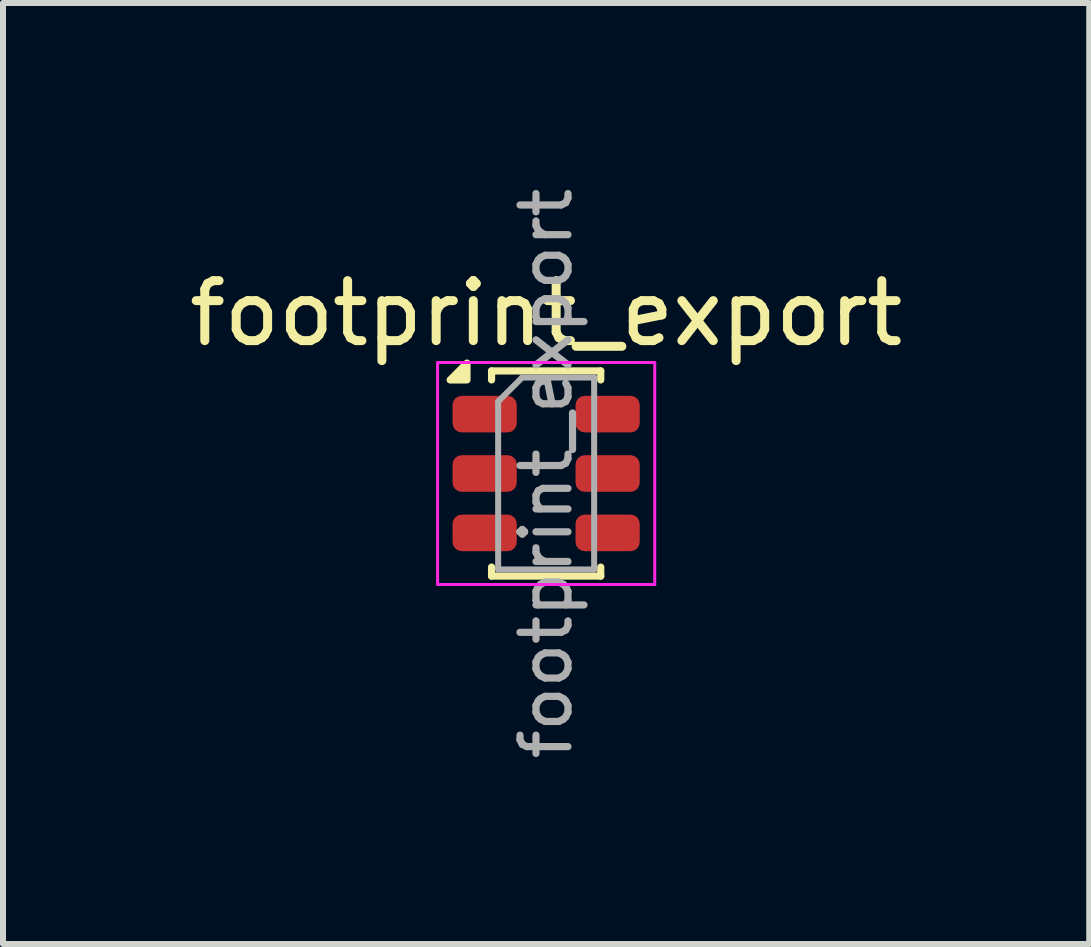
<source format=kicad_pcb>
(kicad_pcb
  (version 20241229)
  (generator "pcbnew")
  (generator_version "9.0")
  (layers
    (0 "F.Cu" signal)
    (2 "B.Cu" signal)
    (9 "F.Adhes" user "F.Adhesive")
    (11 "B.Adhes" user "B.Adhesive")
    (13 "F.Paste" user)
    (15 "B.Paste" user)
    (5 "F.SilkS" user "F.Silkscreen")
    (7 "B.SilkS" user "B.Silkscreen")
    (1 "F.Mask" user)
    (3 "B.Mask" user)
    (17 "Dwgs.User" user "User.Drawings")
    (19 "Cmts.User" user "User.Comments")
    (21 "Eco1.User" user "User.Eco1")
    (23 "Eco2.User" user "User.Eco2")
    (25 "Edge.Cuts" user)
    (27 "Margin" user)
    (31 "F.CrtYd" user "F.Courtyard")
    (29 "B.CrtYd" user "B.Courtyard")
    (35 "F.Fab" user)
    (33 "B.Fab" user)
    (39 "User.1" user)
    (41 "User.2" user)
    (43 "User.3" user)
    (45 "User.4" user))
  (footprint "footprint_export"
    (layer "F.Cu")
    (at 6.054 4.843)
    (property "Reference" "footprint_export" (at 0 -2.67 0) (layer "F.SilkS") (effects (font (size 1 1) (thickness 0.15))))
    (attr smd)
    (fp_line (start -0.91 -1.56) (end -0.91 -1.71) (stroke (width 0.12) (type solid)) (layer "F.SilkS"))
    (fp_line (start -0.91 1.71) (end -0.91 1.56) (stroke (width 0.12) (type solid)) (layer "F.SilkS"))
    (fp_line (start 0.91 -1.71) (end -0.91 -1.71) (stroke (width 0.12) (type solid)) (layer "F.SilkS"))
    (fp_line (start 0.91 -1.56) (end 0.91 -1.71) (stroke (width 0.12) (type solid)) (layer "F.SilkS"))
    (fp_line (start 0.91 1.71) (end -0.91 1.71) (stroke (width 0.12) (type solid)) (layer "F.SilkS"))
    (fp_line (start 0.91 1.71) (end 0.91 1.56) (stroke (width 0.12) (type solid)) (layer "F.SilkS"))
    (fp_poly (pts (xy -1.32 -1.56) (xy -1.6 -1.56) (xy -1.32 -1.84) (xy -1.32 -1.56)) (stroke (width 0.12) (type solid)) (fill yes) (layer "F.SilkS"))
    (fp_line (start -1.81 -1.85) (end 1.81 -1.85) (stroke (width 0.05) (type solid)) (layer "F.CrtYd"))
    (fp_line (start -1.81 1.85) (end -1.81 -1.85) (stroke (width 0.05) (type solid)) (layer "F.CrtYd"))
    (fp_line (start 1.81 -1.85) (end 1.81 1.85) (stroke (width 0.05) (type solid)) (layer "F.CrtYd"))
    (fp_line (start 1.81 1.85) (end -1.81 1.85) (stroke (width 0.05) (type solid)) (layer "F.CrtYd"))
    (fp_line (start -0.8 -1.2) (end -0.8 1.6) (stroke (width 0.1) (type solid)) (layer "F.Fab"))
    (fp_line (start -0.8 -1.2) (end -0.4 -1.6) (stroke (width 0.1) (type solid)) (layer "F.Fab"))
    (fp_line (start -0.8 1.6) (end 0.8 1.6) (stroke (width 0.1) (type solid)) (layer "F.Fab"))
    (fp_line (start 0.8 -1.6) (end -0.4 -1.6) (stroke (width 0.1) (type solid)) (layer "F.Fab"))
    (fp_line (start 0.8 1.6) (end 0.8 -1.6) (stroke (width 0.1) (type solid)) (layer "F.Fab"))
    (fp_text user "${REFERENCE}" (at 0 0 270) (layer "F.Fab") (effects (font (size 0.8 0.8) (thickness 0.12))))
    (pad "1" smd roundrect (at -1.025 -0.99) (size 1.07 0.61) (layers "F.Cu" "F.Mask" "F.Paste") (roundrect_rratio 0.25))
    (pad "2" smd roundrect (at -1.025 0) (size 1.07 0.61) (layers "F.Cu" "F.Mask" "F.Paste") (roundrect_rratio 0.25))
    (pad "3" smd roundrect (at -1.025 0.99) (size 1.07 0.61) (layers "F.Cu" "F.Mask" "F.Paste") (roundrect_rratio 0.25))
    (pad "4" smd roundrect (at 1.025 0.99) (size 1.07 0.61) (layers "F.Cu" "F.Mask" "F.Paste") (roundrect_rratio 0.25))
    (pad "5" smd roundrect (at 1.025 0) (size 1.07 0.61) (layers "F.Cu" "F.Mask" "F.Paste") (roundrect_rratio 0.25))
    (pad "6" smd roundrect (at 1.025 -0.99) (size 1.07 0.61) (layers "F.Cu" "F.Mask" "F.Paste") (roundrect_rratio 0.25)))
  (gr_rect
    (start -3 -3)
    (end 15.107 12.686)
    (stroke (width 0.1) (type default))
    (fill no)
    (layer "Edge.Cuts")))
</source>
